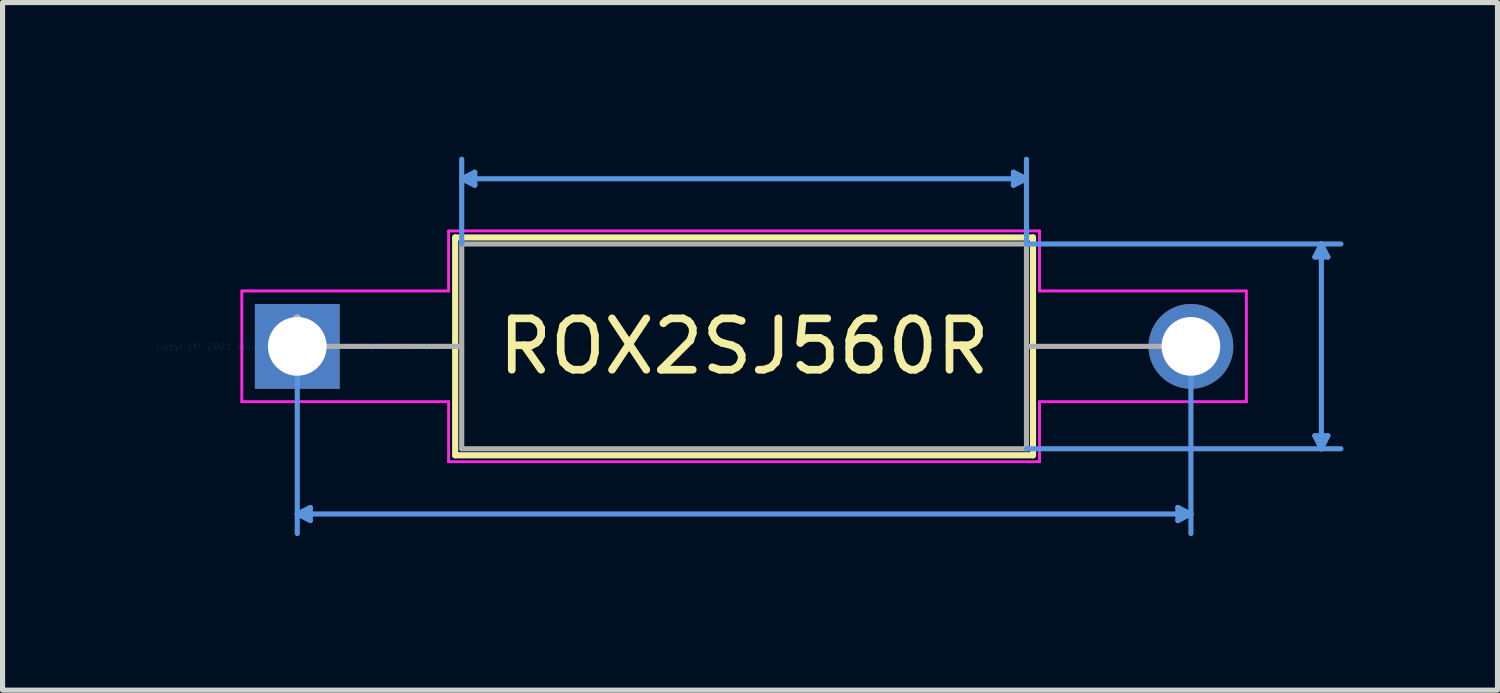
<source format=kicad_pcb>
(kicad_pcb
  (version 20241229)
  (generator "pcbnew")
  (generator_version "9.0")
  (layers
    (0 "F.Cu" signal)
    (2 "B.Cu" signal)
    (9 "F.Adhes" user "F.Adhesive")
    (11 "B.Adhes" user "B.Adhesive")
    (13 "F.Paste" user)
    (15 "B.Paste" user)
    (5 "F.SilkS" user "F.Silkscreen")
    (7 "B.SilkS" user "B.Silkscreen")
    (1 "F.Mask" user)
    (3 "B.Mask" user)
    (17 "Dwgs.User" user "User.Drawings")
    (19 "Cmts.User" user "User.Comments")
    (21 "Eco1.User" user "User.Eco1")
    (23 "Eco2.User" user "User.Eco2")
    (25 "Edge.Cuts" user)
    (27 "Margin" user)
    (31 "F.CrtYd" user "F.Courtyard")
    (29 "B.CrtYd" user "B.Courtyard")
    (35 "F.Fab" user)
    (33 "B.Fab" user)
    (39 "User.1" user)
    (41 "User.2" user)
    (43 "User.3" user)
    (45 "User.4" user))
  (footprint "ROX2SJ560R"
    (layer "F.Cu")
    (at 2.739 3.695)
    (property "Reference" "ROX2SJ560R" (at 8.701 0 0) (layer "F.SilkS") (effects (font (size 1 1) (thickness 0.15))))
    (attr through_hole)
    (fp_line (start 3.075 -2.121) (end 3.075 2.121) (stroke (width 0.12) (type solid)) (layer "F.SilkS"))
    (fp_line (start 3.075 2.121) (end 14.327 2.121) (stroke (width 0.12) (type solid)) (layer "F.SilkS"))
    (fp_line (start 14.327 -2.121) (end 3.075 -2.121) (stroke (width 0.12) (type solid)) (layer "F.SilkS"))
    (fp_line (start 14.327 2.121) (end 14.327 -2.121) (stroke (width 0.12) (type solid)) (layer "F.SilkS"))
    (fp_line (start 0 0) (end 0 3.645) (stroke (width 0.1) (type solid)) (layer "Cmts.User"))
    (fp_line (start 0 3.264) (end 0.254 3.137) (stroke (width 0.1) (type solid)) (layer "Cmts.User"))
    (fp_line (start 0 3.264) (end 0.254 3.391) (stroke (width 0.1) (type solid)) (layer "Cmts.User"))
    (fp_line (start 0 3.264) (end 17.402 3.264) (stroke (width 0.1) (type solid)) (layer "Cmts.User"))
    (fp_line (start 0.254 3.137) (end 0.254 3.391) (stroke (width 0.1) (type solid)) (layer "Cmts.User"))
    (fp_line (start 3.202 -3.264) (end 3.456 -3.391) (stroke (width 0.1) (type solid)) (layer "Cmts.User"))
    (fp_line (start 3.202 -3.264) (end 3.456 -3.137) (stroke (width 0.1) (type solid)) (layer "Cmts.User"))
    (fp_line (start 3.202 -3.264) (end 14.2 -3.264) (stroke (width 0.1) (type solid)) (layer "Cmts.User"))
    (fp_line (start 3.202 -1.994) (end 3.202 -3.645) (stroke (width 0.1) (type solid)) (layer "Cmts.User"))
    (fp_line (start 3.456 -3.391) (end 3.456 -3.137) (stroke (width 0.1) (type solid)) (layer "Cmts.User"))
    (fp_line (start 13.946 -3.391) (end 13.946 -3.137) (stroke (width 0.1) (type solid)) (layer "Cmts.User"))
    (fp_line (start 14.2 -3.264) (end 13.946 -3.391) (stroke (width 0.1) (type solid)) (layer "Cmts.User"))
    (fp_line (start 14.2 -3.264) (end 13.946 -3.137) (stroke (width 0.1) (type solid)) (layer "Cmts.User"))
    (fp_line (start 14.2 -1.994) (end 14.2 -3.645) (stroke (width 0.1) (type solid)) (layer "Cmts.User"))
    (fp_line (start 14.2 -1.994) (end 20.323 -1.994) (stroke (width 0.1) (type solid)) (layer "Cmts.User"))
    (fp_line (start 14.2 1.994) (end 20.323 1.994) (stroke (width 0.1) (type solid)) (layer "Cmts.User"))
    (fp_line (start 17.148 3.137) (end 17.148 3.391) (stroke (width 0.1) (type solid)) (layer "Cmts.User"))
    (fp_line (start 17.402 0) (end 17.402 3.645) (stroke (width 0.1) (type solid)) (layer "Cmts.User"))
    (fp_line (start 17.402 3.264) (end 17.148 3.137) (stroke (width 0.1) (type solid)) (layer "Cmts.User"))
    (fp_line (start 17.402 3.264) (end 17.148 3.391) (stroke (width 0.1) (type solid)) (layer "Cmts.User"))
    (fp_line (start 19.815 -1.74) (end 20.069 -1.74) (stroke (width 0.1) (type solid)) (layer "Cmts.User"))
    (fp_line (start 19.815 1.74) (end 20.069 1.74) (stroke (width 0.1) (type solid)) (layer "Cmts.User"))
    (fp_line (start 19.942 -1.994) (end 19.815 -1.74) (stroke (width 0.1) (type solid)) (layer "Cmts.User"))
    (fp_line (start 19.942 -1.994) (end 19.942 1.994) (stroke (width 0.1) (type solid)) (layer "Cmts.User"))
    (fp_line (start 19.942 -1.994) (end 20.069 -1.74) (stroke (width 0.1) (type solid)) (layer "Cmts.User"))
    (fp_line (start 19.942 1.994) (end 19.815 1.74) (stroke (width 0.1) (type solid)) (layer "Cmts.User"))
    (fp_line (start 19.942 1.994) (end 20.069 1.74) (stroke (width 0.1) (type solid)) (layer "Cmts.User"))
    (fp_line (start -1.079 -1.079) (end 2.948 -1.079) (stroke (width 0.05) (type solid)) (layer "F.CrtYd"))
    (fp_line (start -1.079 -1.079) (end 2.948 -1.079) (stroke (width 0.05) (type solid)) (layer "F.CrtYd"))
    (fp_line (start -1.079 1.079) (end -1.079 -1.079) (stroke (width 0.05) (type solid)) (layer "F.CrtYd"))
    (fp_line (start -1.079 1.079) (end -1.079 -1.079) (stroke (width 0.05) (type solid)) (layer "F.CrtYd"))
    (fp_line (start 2.948 -2.248) (end 14.454 -2.248) (stroke (width 0.05) (type solid)) (layer "F.CrtYd"))
    (fp_line (start 2.948 -2.248) (end 14.454 -2.248) (stroke (width 0.05) (type solid)) (layer "F.CrtYd"))
    (fp_line (start 2.948 -1.079) (end 2.948 -2.248) (stroke (width 0.05) (type solid)) (layer "F.CrtYd"))
    (fp_line (start 2.948 -1.079) (end 2.948 -2.248) (stroke (width 0.05) (type solid)) (layer "F.CrtYd"))
    (fp_line (start 2.948 1.079) (end -1.079 1.079) (stroke (width 0.05) (type solid)) (layer "F.CrtYd"))
    (fp_line (start 2.948 1.079) (end -1.079 1.079) (stroke (width 0.05) (type solid)) (layer "F.CrtYd"))
    (fp_line (start 2.948 2.248) (end 2.948 1.079) (stroke (width 0.05) (type solid)) (layer "F.CrtYd"))
    (fp_line (start 2.948 2.248) (end 2.948 1.079) (stroke (width 0.05) (type solid)) (layer "F.CrtYd"))
    (fp_line (start 14.454 -2.248) (end 14.454 -1.079) (stroke (width 0.05) (type solid)) (layer "F.CrtYd"))
    (fp_line (start 14.454 -2.248) (end 14.454 -1.079) (stroke (width 0.05) (type solid)) (layer "F.CrtYd"))
    (fp_line (start 14.454 -1.079) (end 18.481 -1.079) (stroke (width 0.05) (type solid)) (layer "F.CrtYd"))
    (fp_line (start 14.454 -1.079) (end 18.481 -1.079) (stroke (width 0.05) (type solid)) (layer "F.CrtYd"))
    (fp_line (start 14.454 1.079) (end 14.454 2.248) (stroke (width 0.05) (type solid)) (layer "F.CrtYd"))
    (fp_line (start 14.454 1.079) (end 14.454 2.248) (stroke (width 0.05) (type solid)) (layer "F.CrtYd"))
    (fp_line (start 14.454 2.248) (end 2.948 2.248) (stroke (width 0.05) (type solid)) (layer "F.CrtYd"))
    (fp_line (start 14.454 2.248) (end 2.948 2.248) (stroke (width 0.05) (type solid)) (layer "F.CrtYd"))
    (fp_line (start 18.481 -1.079) (end 18.481 1.079) (stroke (width 0.05) (type solid)) (layer "F.CrtYd"))
    (fp_line (start 18.481 -1.079) (end 18.481 1.079) (stroke (width 0.05) (type solid)) (layer "F.CrtYd"))
    (fp_line (start 18.481 1.079) (end 14.454 1.079) (stroke (width 0.05) (type solid)) (layer "F.CrtYd"))
    (fp_line (start 18.481 1.079) (end 14.454 1.079) (stroke (width 0.05) (type solid)) (layer "F.CrtYd"))
    (fp_line (start 0 0) (end 3.202 0) (stroke (width 0.1) (type solid)) (layer "F.Fab"))
    (fp_line (start 3.202 -1.994) (end 3.202 1.994) (stroke (width 0.1) (type solid)) (layer "F.Fab"))
    (fp_line (start 3.202 1.994) (end 14.2 1.994) (stroke (width 0.1) (type solid)) (layer "F.Fab"))
    (fp_line (start 14.2 -1.994) (end 3.202 -1.994) (stroke (width 0.1) (type solid)) (layer "F.Fab"))
    (fp_line (start 14.2 1.994) (end 14.2 -1.994) (stroke (width 0.1) (type solid)) (layer "F.Fab"))
    (fp_line (start 17.402 0) (end 14.2 0) (stroke (width 0.1) (type solid)) (layer "F.Fab"))
    (fp_text user "*" (at 0 0 0) (layer "F.SilkS") (effects (font (size 1 1) (thickness 0.15))))
    (fp_text user "Copyright 2021 Accelerated Designs. All rights reserved." (at 0 0 0) (layer "Cmts.User") (effects (font (size 0.127 0.127) (thickness 0.002))))
    (fp_text user "*" (at 0 0 0) (layer "F.Fab") (effects (font (size 1 1) (thickness 0.15))))
    (pad "1" thru_hole rect (at 0 0) (size 1.651 1.651) (drill 1.143) (layers "*.Cu" "*.Mask"))
    (pad "2" thru_hole circle (at 17.402 0) (size 1.651 1.651) (drill 1.143) (layers "*.Cu" "*.Mask")))
  (gr_rect
    (start -3 -3)
    (end 26.111 10.39)
    (stroke (width 0.1) (type default))
    (fill no)
    (layer "Edge.Cuts")))
</source>
